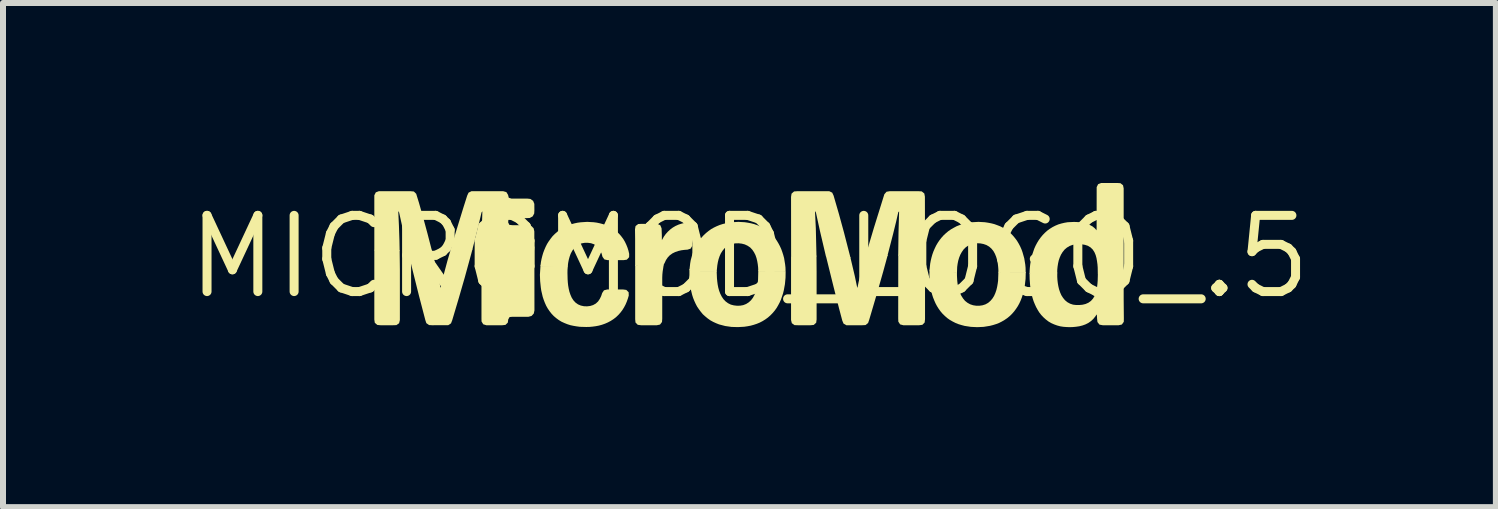
<source format=kicad_pcb>
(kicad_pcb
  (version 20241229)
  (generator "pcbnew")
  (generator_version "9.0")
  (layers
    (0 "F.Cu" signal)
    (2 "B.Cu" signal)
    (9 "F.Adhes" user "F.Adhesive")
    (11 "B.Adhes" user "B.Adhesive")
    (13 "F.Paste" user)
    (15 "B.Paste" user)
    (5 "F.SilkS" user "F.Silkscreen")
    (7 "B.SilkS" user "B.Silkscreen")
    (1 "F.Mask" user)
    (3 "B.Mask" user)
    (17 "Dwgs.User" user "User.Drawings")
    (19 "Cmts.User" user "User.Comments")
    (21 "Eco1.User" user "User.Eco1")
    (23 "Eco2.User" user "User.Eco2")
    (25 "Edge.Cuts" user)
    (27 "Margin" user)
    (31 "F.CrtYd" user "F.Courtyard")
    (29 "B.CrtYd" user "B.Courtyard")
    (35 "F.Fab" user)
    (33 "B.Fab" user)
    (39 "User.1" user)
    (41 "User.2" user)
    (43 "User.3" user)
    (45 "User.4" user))
  (footprint "MICROMOD_LOGO_.5"
    (layer "F.Cu")
    (at 9.442 1.23)
    (property "Reference" "MICROMOD_LOGO_.5" (at 0 0 0) (layer "F.SilkS") (effects (font (size 1.27 1.27) (thickness 0.15))))
    (fp_poly (pts (xy 2.501 -0.018) (xy 2.926 -0.018) (xy 2.926 1.041) (xy 2.92 1.095) (xy 2.882 1.134) (xy 2.828 1.141) (xy 2.564 1.141) (xy 2.511 1.127) (xy 2.481 1.081) (xy 2.479 1.027) (xy 2.48 -0.038)) (stroke (width 0) (type default)) (fill yes) (layer "F.SilkS"))
    (fp_poly (pts (xy -5.831 -0.106) (xy -5.827 0.213) (xy -5.827 1.055) (xy -5.84 1.108) (xy -5.885 1.139) (xy -5.939 1.141) (xy -6.15 1.141) (xy -6.203 1.136) (xy -6.245 1.1) (xy -6.253 1.047) (xy -6.253 -0.115) (xy -5.88 -0.115)) (stroke (width 0) (type default)) (fill yes) (layer "F.SilkS"))
    (fp_poly (pts (xy 1.119 0.251) (xy 1.119 1.045) (xy 1.112 1.099) (xy 1.071 1.136) (xy 1.017 1.141) (xy 0.805 1.141) (xy 0.751 1.139) (xy 0.706 1.107) (xy 0.693 1.054) (xy 0.693 -0.008) (xy 0.741 -0.018) (xy 1.117 -0.018)) (stroke (width 0) (type default)) (fill yes) (layer "F.SilkS"))
    (fp_poly (pts (xy -1.439 0.194) (xy -1.439 0.194) (xy -1.447 0.245) (xy -1.452 0.297) (xy -1.454 0.35) (xy -1.454 1.033) (xy -1.458 1.087) (xy -1.491 1.13) (xy -1.544 1.141) (xy -1.808 1.141) (xy -1.862 1.134) (xy -1.9 1.095) (xy -1.905 1.041) (xy -1.905 0.142) (xy -1.853 0.137) (xy -1.429 0.128)) (stroke (width 0) (type default)) (fill yes) (layer "F.SilkS"))
    (fp_poly (pts (xy -3.584 0.893) (xy -3.595 0.946) (xy -3.632 0.986) (xy -3.684 1) (xy -3.948 1) (xy -3.998 1.004) (xy -4.021 1.044) (xy -4.028 1.097) (xy -4.067 1.135) (xy -4.121 1.141) (xy -4.386 1.141) (xy -4.438 1.125) (xy -4.466 1.078) (xy -4.467 1.024) (xy -4.467 0.233) (xy -4.465 -0.086) (xy -4.435 -0.115) (xy -3.585 -0.17)) (stroke (width 0) (type default)) (fill yes) (layer "F.SilkS"))
    (fp_poly (pts (xy 1.33 -1.093) (xy 1.379 -1.069) (xy 1.402 -1.02) (xy 1.491 -0.713) (xy 1.575 -0.406) (xy 1.686 0.025) (xy 1.648 -0.008) (xy 1.274 -0.008) (xy 1.176 -0.425) (xy 1.108 -0.736) (xy 1.097 -0.762) (xy 1.093 -0.737) (xy 1.106 -0.472) (xy 1.117 -0.006) (xy 1.092 -0.008) (xy 0.722 -0.008) (xy 0.694 0.001) (xy 0.693 -0.998) (xy 0.701 -1.052) (xy 0.743 -1.089) (xy 0.797 -1.093)) (stroke (width 0) (type default)) (fill yes) (layer "F.SilkS"))
    (fp_poly (pts (xy 2.871 -1.09) (xy 2.914 -1.055) (xy 2.924 -1.002) (xy 2.926 -0.006) (xy 2.897 -0.008) (xy 2.524 -0.008) (xy 2.479 -0.022) (xy 2.484 -0.398) (xy 2.494 -0.757) (xy 2.48 -0.742) (xy 2.445 -0.588) (xy 2.394 -0.381) (xy 2.3 -0.018) (xy 2.25 -0.008) (xy 1.983 -0.008) (xy 1.936 -0.019) (xy 2.074 -0.483) (xy 2.248 -1.042) (xy 2.284 -1.084) (xy 2.337 -1.093) (xy 2.817 -1.093)) (stroke (width 0) (type default)) (fill yes) (layer "F.SilkS"))
    (fp_poly (pts (xy -5.648 -1.093) (xy -5.594 -1.088) (xy -5.555 -1.05) (xy -5.508 -0.897) (xy -5.436 -0.643) (xy -5.367 -0.388) (xy -5.293 -0.102) (xy -5.332 -0.105) (xy -5.649 -0.105) (xy -5.698 -0.115) (xy -5.782 -0.479) (xy -5.839 -0.736) (xy -5.849 -0.762) (xy -5.853 -0.738) (xy -5.843 -0.527) (xy -5.834 -0.263) (xy -5.832 -0.157) (xy -5.831 -0.095) (xy -6.211 -0.105) (xy -6.253 -0.107) (xy -6.253 -1.025) (xy -6.228 -1.074) (xy -6.178 -1.093)) (stroke (width 0) (type default)) (fill yes) (layer "F.SilkS"))
    (fp_poly (pts (xy 1.978 -0.018) (xy 2.305 -0.031) (xy 2.23 0.243) (xy 2.129 0.598) (xy 2.025 0.951) (xy 1.995 1.052) (xy 1.977 1.104) (xy 1.934 1.138) (xy 1.88 1.141) (xy 1.615 1.141) (xy 1.568 1.114) (xy 1.547 1.064) (xy 1.493 0.86) (xy 1.402 0.502) (xy 1.274 -0.015) (xy 1.329 -0.018) (xy 1.647 -0.018) (xy 1.682 0.01) (xy 1.755 0.319) (xy 1.796 0.515) (xy 1.801 0.51) (xy 1.822 0.408) (xy 1.848 0.305) (xy 1.888 0.152) (xy 1.941 -0.033)) (stroke (width 0) (type default)) (fill yes) (layer "F.SilkS"))
    (fp_poly (pts (xy -4.634 -0.062) (xy -4.746 0.347) (xy -4.849 0.703) (xy -4.955 1.059) (xy -4.975 1.11) (xy -5.021 1.14) (xy -5.287 1.141) (xy -5.341 1.138) (xy -5.386 1.106) (xy -5.403 1.054) (xy -5.51 0.644) (xy -5.613 0.232) (xy -5.7 -0.126) (xy -5.67 -0.115) (xy -5.296 -0.115) (xy -5.281 -0.06) (xy -5.218 0.197) (xy -5.172 0.404) (xy -5.151 0.507) (xy -5.146 0.515) (xy -5.127 0.424) (xy -5.089 0.27) (xy -5.034 0.065) (xy -4.98 -0.119) (xy -4.949 -0.115) (xy -4.615 -0.134)) (stroke (width 0) (type default)) (fill yes) (layer "F.SilkS"))
    (fp_poly (pts (xy -0.976 -0.552) (xy -0.952 -0.503) (xy -0.953 -0.183) (xy -0.981 -0.136) (xy -1.032 -0.119) (xy -1.086 -0.115) (xy -1.138 -0.108) (xy -1.189 -0.096) (xy -1.238 -0.079) (xy -1.285 -0.056) (xy -1.327 -0.026) (xy -1.363 0.012) (xy -1.392 0.055) (xy -1.414 0.103) (xy -1.439 0.146) (xy -1.865 0.146) (xy -1.906 0.154) (xy -1.906 -0.3) (xy -1.908 -0.459) (xy -1.899 -0.512) (xy -1.855 -0.546) (xy -1.801 -0.549) (xy -1.535 -0.549) (xy -1.486 -0.525) (xy -1.465 -0.474) (xy -1.461 -0.368) (xy -1.46 -0.278) (xy -1.453 -0.289) (xy -1.427 -0.336) (xy -1.396 -0.379) (xy -1.36 -0.419) (xy -1.321 -0.455) (xy -1.278 -0.487) (xy -1.232 -0.514) (xy -1.183 -0.536) (xy -1.133 -0.552) (xy -1.081 -0.565) (xy -1.027 -0.572)) (stroke (width 0) (type default)) (fill yes) (layer "F.SilkS"))
    (fp_poly (pts (xy -4.052 -1.078) (xy -4.024 -1.032) (xy -4.012 -0.984) (xy -3.968 -0.97) (xy -3.704 -0.97) (xy -3.651 -0.964) (xy -3.606 -0.932) (xy -3.586 -0.882) (xy -3.585 -0.775) (xy -3.588 -0.721) (xy -3.614 -0.673) (xy -3.662 -0.647) (xy -3.716 -0.644) (xy -3.979 -0.644) (xy -4.018 -0.622) (xy -4.022 -0.573) (xy -4.002 -0.532) (xy -3.953 -0.527) (xy -3.689 -0.527) (xy -3.637 -0.514) (xy -3.598 -0.476) (xy -3.586 -0.423) (xy -3.586 -0.158) (xy -3.59 -0.105) (xy -4.436 -0.105) (xy -4.465 -0.067) (xy -4.461 -0.457) (xy -4.452 -0.758) (xy -4.466 -0.739) (xy -4.526 -0.484) (xy -4.618 -0.124) (xy -4.661 -0.105) (xy -4.985 -0.105) (xy -4.893 -0.415) (xy -4.769 -0.818) (xy -4.705 -1.02) (xy -4.682 -1.069) (xy -4.634 -1.093) (xy -4.105 -1.093)) (stroke (width 0) (type default)) (fill yes) (layer "F.SilkS"))
    (fp_poly (pts (xy -2.598 -0.576) (xy -2.545 -0.569) (xy -2.493 -0.558) (xy -2.441 -0.544) (xy -2.391 -0.528) (xy -2.342 -0.506) (xy -2.295 -0.48) (xy -2.25 -0.45) (xy -2.208 -0.417) (xy -2.17 -0.38) (xy -2.135 -0.339) (xy -2.103 -0.296) (xy -2.076 -0.25) (xy -2.053 -0.202) (xy -2.033 -0.152) (xy -2.017 -0.101) (xy -2.005 -0.048) (xy -2.006 0.007) (xy -2.044 0.048) (xy -2.098 0.056) (xy -2.364 0.056) (xy -2.418 0.044) (xy -2.45 0.000249) (xy -2.464 -0.052) (xy -2.485 -0.1) (xy -2.512 -0.144) (xy -2.548 -0.182) (xy -2.592 -0.209) (xy -2.641 -0.226) (xy -2.693 -0.233) (xy -2.745 -0.233) (xy -2.797 -0.224) (xy -2.845 -0.205) (xy -2.889 -0.177) (xy -2.926 -0.14) (xy -2.956 -0.097) (xy -2.98 -0.051) (xy -2.998 -0.001) (xy -3.012 0.05) (xy -3.022 0.102) (xy -3.029 0.158) (xy -3.076 0.169) (xy -3.451 0.169) (xy -3.483 0.145) (xy -3.476 0.089) (xy -3.466 0.037) (xy -3.453 -0.015) (xy -3.438 -0.066) (xy -3.419 -0.116) (xy -3.398 -0.165) (xy -3.374 -0.213) (xy -3.345 -0.259) (xy -3.314 -0.302) (xy -3.281 -0.344) (xy -3.243 -0.382) (xy -3.203 -0.417) (xy -3.161 -0.45) (xy -3.115 -0.479) (xy -3.068 -0.503) (xy -3.019 -0.525) (xy -2.969 -0.543) (xy -2.917 -0.557) (xy -2.865 -0.568) (xy -2.812 -0.575) (xy -2.705 -0.582)) (stroke (width 0) (type default)) (fill yes) (layer "F.SilkS"))
    (fp_poly (pts (xy -3.456 0.159) (xy -3.027 0.148) (xy -3.034 0.217) (xy -3.035 0.27) (xy -3.032 0.375) (xy -3.028 0.428) (xy -3.022 0.48) (xy -3.013 0.532) (xy -3.001 0.583) (xy -2.984 0.633) (xy -2.963 0.681) (xy -2.935 0.725) (xy -2.9 0.763) (xy -2.858 0.793) (xy -2.811 0.813) (xy -2.76 0.824) (xy -2.708 0.826) (xy -2.656 0.82) (xy -2.607 0.805) (xy -2.562 0.78) (xy -2.524 0.745) (xy -2.495 0.702) (xy -2.472 0.655) (xy -2.455 0.604) (xy -2.425 0.559) (xy -2.372 0.545) (xy -2.107 0.545) (xy -2.053 0.552) (xy -2.014 0.591) (xy -2.012 0.646) (xy -2.027 0.697) (xy -2.045 0.748) (xy -2.066 0.797) (xy -2.091 0.844) (xy -2.119 0.889) (xy -2.151 0.931) (xy -2.187 0.971) (xy -2.226 1.008) (xy -2.268 1.04) (xy -2.313 1.069) (xy -2.36 1.094) (xy -2.408 1.115) (xy -2.459 1.133) (xy -2.51 1.147) (xy -2.562 1.157) (xy -2.615 1.164) (xy -2.668 1.169) (xy -2.721 1.17) (xy -2.827 1.167) (xy -2.88 1.16) (xy -2.933 1.151) (xy -2.985 1.14) (xy -3.035 1.124) (xy -3.085 1.104) (xy -3.133 1.082) (xy -3.179 1.054) (xy -3.222 1.022) (xy -3.262 0.988) (xy -3.299 0.949) (xy -3.332 0.907) (xy -3.362 0.863) (xy -3.388 0.817) (xy -3.41 0.768) (xy -3.429 0.719) (xy -3.446 0.668) (xy -3.47 0.565) (xy -3.478 0.512) (xy -3.489 0.406) (xy -3.493 0.3) (xy -3.482 0.132)) (stroke (width 0) (type default)) (fill yes) (layer "F.SilkS"))
    (fp_poly (pts (xy 6.182 -1.227) (xy 6.226 -1.193) (xy 6.237 -1.14) (xy 6.237 0.236) (xy 6.236 0.293) (xy 5.86 0.293) (xy 5.806 0.288) (xy 5.804 0.178) (xy 5.8 0.126) (xy 5.793 0.074) (xy 5.784 0.022) (xy 5.77 -0.029) (xy 5.75 -0.076) (xy 5.722 -0.12) (xy 5.685 -0.156) (xy 5.641 -0.183) (xy 5.591 -0.199) (xy 5.54 -0.208) (xy 5.488 -0.211) (xy 5.436 -0.208) (xy 5.385 -0.198) (xy 5.336 -0.18) (xy 5.291 -0.153) (xy 5.252 -0.12) (xy 5.219 -0.079) (xy 5.192 -0.035) (xy 5.171 0.013) (xy 5.154 0.063) (xy 5.143 0.114) (xy 5.135 0.166) (xy 5.13 0.218) (xy 5.129 0.274) (xy 5.088 0.293) (xy 4.716 0.293) (xy 4.668 0.283) (xy 4.67 0.226) (xy 4.674 0.173) (xy 4.68 0.12) (xy 4.689 0.067) (xy 4.699 0.015) (xy 4.713 -0.036) (xy 4.747 -0.136) (xy 4.769 -0.185) (xy 4.794 -0.232) (xy 4.822 -0.278) (xy 4.853 -0.321) (xy 4.887 -0.362) (xy 4.924 -0.4) (xy 4.964 -0.436) (xy 5.007 -0.467) (xy 5.052 -0.495) (xy 5.099 -0.519) (xy 5.149 -0.54) (xy 5.2 -0.555) (xy 5.251 -0.567) (xy 5.304 -0.576) (xy 5.41 -0.581) (xy 5.463 -0.579) (xy 5.516 -0.574) (xy 5.569 -0.565) (xy 5.621 -0.551) (xy 5.67 -0.532) (xy 5.718 -0.506) (xy 5.759 -0.472) (xy 5.784 -0.441) (xy 5.786 -0.472) (xy 5.787 -1.161) (xy 5.811 -1.21) (xy 5.862 -1.23) (xy 6.128 -1.23)) (stroke (width 0) (type default)) (fill yes) (layer "F.SilkS"))
    (fp_poly (pts (xy -0.963 0.238) (xy -0.594 0.238) (xy -0.547 0.234) (xy -0.542 0.358) (xy -0.537 0.41) (xy -0.53 0.463) (xy -0.52 0.515) (xy -0.506 0.565) (xy -0.487 0.615) (xy -0.464 0.661) (xy -0.435 0.705) (xy -0.399 0.743) (xy -0.357 0.774) (xy -0.311 0.797) (xy -0.26 0.81) (xy -0.208 0.816) (xy -0.156 0.815) (xy -0.105 0.806) (xy -0.056 0.787) (xy -0.012 0.759) (xy 0.026 0.724) (xy 0.058 0.682) (xy 0.083 0.636) (xy 0.103 0.588) (xy 0.118 0.537) (xy 0.13 0.486) (xy 0.138 0.434) (xy 0.143 0.381) (xy 0.147 0.214) (xy 0.175 0.238) (xy 0.603 0.238) (xy 0.601 0.349) (xy 0.591 0.456) (xy 0.572 0.56) (xy 0.559 0.612) (xy 0.525 0.713) (xy 0.503 0.762) (xy 0.478 0.809) (xy 0.451 0.855) (xy 0.42 0.898) (xy 0.385 0.939) (xy 0.348 0.977) (xy 0.307 1.013) (xy 0.264 1.044) (xy 0.219 1.072) (xy 0.171 1.097) (xy 0.122 1.117) (xy 0.071 1.134) (xy 0.02 1.148) (xy -0.033 1.158) (xy -0.086 1.166) (xy -0.192 1.172) (xy -0.299 1.169) (xy -0.404 1.154) (xy -0.507 1.127) (xy -0.557 1.107) (xy -0.605 1.085) (xy -0.652 1.059) (xy -0.696 1.028) (xy -0.737 0.994) (xy -0.777 0.958) (xy -0.811 0.917) (xy -0.843 0.874) (xy -0.873 0.83) (xy -0.898 0.782) (xy -0.92 0.734) (xy -0.94 0.684) (xy -0.956 0.633) (xy -0.981 0.53) (xy -0.989 0.477) (xy -1.001 0.371) (xy -1.001 0.202)) (stroke (width 0) (type default)) (fill yes) (layer "F.SilkS"))
    (fp_poly (pts (xy -0.079 -0.576) (xy -0.026 -0.568) (xy 0.026 -0.558) (xy 0.077 -0.545) (xy 0.127 -0.528) (xy 0.176 -0.508) (xy 0.223 -0.484) (xy 0.268 -0.456) (xy 0.311 -0.425) (xy 0.352 -0.391) (xy 0.389 -0.353) (xy 0.423 -0.313) (xy 0.455 -0.27) (xy 0.482 -0.225) (xy 0.507 -0.178) (xy 0.529 -0.13) (xy 0.547 -0.08) (xy 0.563 -0.03) (xy 0.577 0.021) (xy 0.594 0.126) (xy 0.6 0.178) (xy 0.602 0.235) (xy 0.558 0.248) (xy 0.187 0.248) (xy 0.147 0.23) (xy 0.144 0.175) (xy 0.138 0.123) (xy 0.129 0.071) (xy 0.117 0.021) (xy 0.1 -0.028) (xy 0.076 -0.075) (xy 0.047 -0.118) (xy 0.012 -0.155) (xy -0.031 -0.184) (xy -0.078 -0.206) (xy -0.128 -0.219) (xy -0.18 -0.225) (xy -0.231 -0.224) (xy -0.283 -0.216) (xy -0.331 -0.199) (xy -0.376 -0.174) (xy -0.416 -0.141) (xy -0.449 -0.101) (xy -0.477 -0.057) (xy -0.498 -0.01) (xy -0.515 0.04) (xy -0.527 0.09) (xy -0.536 0.142) (xy -0.547 0.248) (xy -0.975 0.248) (xy -1 0.215) (xy -0.988 0.108) (xy -0.979 0.056) (xy -0.951 -0.046) (xy -0.933 -0.095) (xy -0.911 -0.144) (xy -0.888 -0.191) (xy -0.861 -0.237) (xy -0.831 -0.28) (xy -0.798 -0.322) (xy -0.762 -0.361) (xy -0.723 -0.397) (xy -0.682 -0.43) (xy -0.639 -0.461) (xy -0.593 -0.487) (xy -0.545 -0.51) (xy -0.496 -0.53) (xy -0.446 -0.546) (xy -0.394 -0.559) (xy -0.342 -0.568) (xy -0.29 -0.576) (xy -0.184 -0.582)) (stroke (width 0) (type default)) (fill yes) (layer "F.SilkS"))
    (fp_poly (pts (xy 5.13 0.334) (xy 5.133 0.387) (xy 5.139 0.439) (xy 5.148 0.491) (xy 5.16 0.542) (xy 5.177 0.592) (xy 5.198 0.64) (xy 5.226 0.684) (xy 5.259 0.724) (xy 5.299 0.757) (xy 5.345 0.782) (xy 5.394 0.798) (xy 5.446 0.804) (xy 5.498 0.804) (xy 5.551 0.799) (xy 5.601 0.787) (xy 5.649 0.766) (xy 5.691 0.736) (xy 5.726 0.697) (xy 5.752 0.652) (xy 5.771 0.604) (xy 5.785 0.553) (xy 5.794 0.502) (xy 5.8 0.449) (xy 5.804 0.397) (xy 5.807 0.286) (xy 5.861 0.283) (xy 6.237 0.283) (xy 6.237 0.711) (xy 6.24 1.03) (xy 6.239 1.084) (xy 6.207 1.129) (xy 6.154 1.141) (xy 5.888 1.141) (xy 5.834 1.131) (xy 5.8 1.088) (xy 5.794 1.034) (xy 5.791 0.981) (xy 5.787 0.96) (xy 5.765 0.994) (xy 5.731 1.036) (xy 5.692 1.072) (xy 5.648 1.103) (xy 5.6 1.127) (xy 5.55 1.145) (xy 5.498 1.158) (xy 5.445 1.166) (xy 5.392 1.171) (xy 5.339 1.173) (xy 5.285 1.171) (xy 5.232 1.167) (xy 5.18 1.159) (xy 5.128 1.145) (xy 5.078 1.127) (xy 5.029 1.105) (xy 4.983 1.078) (xy 4.94 1.045) (xy 4.901 1.01) (xy 4.864 0.971) (xy 4.831 0.929) (xy 4.803 0.884) (xy 4.777 0.837) (xy 4.755 0.788) (xy 4.735 0.739) (xy 4.719 0.688) (xy 4.705 0.637) (xy 4.694 0.585) (xy 4.678 0.48) (xy 4.67 0.374) (xy 4.668 0.274) (xy 4.694 0.283) (xy 5.13 0.262)) (stroke (width 0) (type default)) (fill yes) (layer "F.SilkS"))
    (fp_poly (pts (xy 3.434 0.258) (xy 3.457 0.293) (xy 3.463 0.4) (xy 3.469 0.452) (xy 3.479 0.504) (xy 3.492 0.555) (xy 3.509 0.604) (xy 3.532 0.651) (xy 3.56 0.695) (xy 3.593 0.735) (xy 3.634 0.767) (xy 3.679 0.792) (xy 3.728 0.808) (xy 3.78 0.816) (xy 3.832 0.816) (xy 3.883 0.809) (xy 3.933 0.793) (xy 3.978 0.768) (xy 4.017 0.734) (xy 4.051 0.694) (xy 4.078 0.65) (xy 4.099 0.602) (xy 4.116 0.552) (xy 4.128 0.501) (xy 4.137 0.45) (xy 4.144 0.398) (xy 4.149 0.249) (xy 4.178 0.257) (xy 4.605 0.257) (xy 4.602 0.368) (xy 4.59 0.474) (xy 4.581 0.526) (xy 4.556 0.629) (xy 4.539 0.68) (xy 4.52 0.729) (xy 4.498 0.777) (xy 4.472 0.824) (xy 4.443 0.868) (xy 4.411 0.911) (xy 4.376 0.951) (xy 4.338 0.988) (xy 4.297 1.022) (xy 4.253 1.052) (xy 4.207 1.079) (xy 4.16 1.103) (xy 4.11 1.122) (xy 4.059 1.138) (xy 4.008 1.151) (xy 3.903 1.168) (xy 3.797 1.173) (xy 3.691 1.168) (xy 3.586 1.152) (xy 3.534 1.138) (xy 3.484 1.123) (xy 3.434 1.103) (xy 3.387 1.079) (xy 3.341 1.053) (xy 3.297 1.022) (xy 3.257 0.987) (xy 3.219 0.95) (xy 3.184 0.909) (xy 3.153 0.866) (xy 3.125 0.821) (xy 3.1 0.774) (xy 3.079 0.726) (xy 3.059 0.676) (xy 3.043 0.625) (xy 3.031 0.574) (xy 3.02 0.522) (xy 3.011 0.47) (xy 3.001 0.364) (xy 2.999 0.311) (xy 3.002 0.217)) (stroke (width 0) (type default)) (fill yes) (layer "F.SilkS"))
    (fp_poly (pts (xy 3.923 -0.576) (xy 3.976 -0.568) (xy 4.028 -0.558) (xy 4.08 -0.545) (xy 4.13 -0.527) (xy 4.179 -0.508) (xy 4.227 -0.483) (xy 4.272 -0.455) (xy 4.315 -0.424) (xy 4.356 -0.389) (xy 4.393 -0.351) (xy 4.427 -0.31) (xy 4.459 -0.267) (xy 4.486 -0.222) (xy 4.511 -0.175) (xy 4.533 -0.126) (xy 4.551 -0.076) (xy 4.58 0.026) (xy 4.597 0.131) (xy 4.602 0.184) (xy 4.604 0.269) (xy 4.573 0.268) (xy 4.202 0.268) (xy 4.15 0.262) (xy 4.148 0.205) (xy 4.144 0.152) (xy 4.137 0.1) (xy 4.126 0.049) (xy 4.111 -0.001) (xy 4.091 -0.05) (xy 4.066 -0.095) (xy 4.033 -0.136) (xy 3.994 -0.17) (xy 3.949 -0.196) (xy 3.9 -0.213) (xy 3.849 -0.223) (xy 3.797 -0.226) (xy 3.745 -0.221) (xy 3.694 -0.209) (xy 3.647 -0.187) (xy 3.605 -0.158) (xy 3.568 -0.121) (xy 3.538 -0.078) (xy 3.513 -0.032) (xy 3.494 0.016) (xy 3.479 0.067) (xy 3.469 0.118) (xy 3.462 0.17) (xy 3.456 0.326) (xy 3.435 0.267) (xy 3.012 0.267) (xy 3.001 0.221) (xy 3.012 0.115) (xy 3.022 0.062) (xy 3.034 0.011) (xy 3.049 -0.041) (xy 3.067 -0.091) (xy 3.088 -0.139) (xy 3.111 -0.187) (xy 3.138 -0.233) (xy 3.168 -0.277) (xy 3.201 -0.319) (xy 3.237 -0.359) (xy 3.276 -0.395) (xy 3.317 -0.429) (xy 3.361 -0.459) (xy 3.407 -0.485) (xy 3.454 -0.51) (xy 3.504 -0.529) (xy 3.554 -0.545) (xy 3.606 -0.559) (xy 3.658 -0.568) (xy 3.711 -0.576) (xy 3.817 -0.582)) (stroke (width 0) (type default)) (fill yes) (layer "F.SilkS")))
  (gr_rect
    (start -3 -3)
    (end 21.883 5.403)
    (stroke (width 0.1) (type default))
    (fill no)
    (layer "Edge.Cuts")))
</source>
